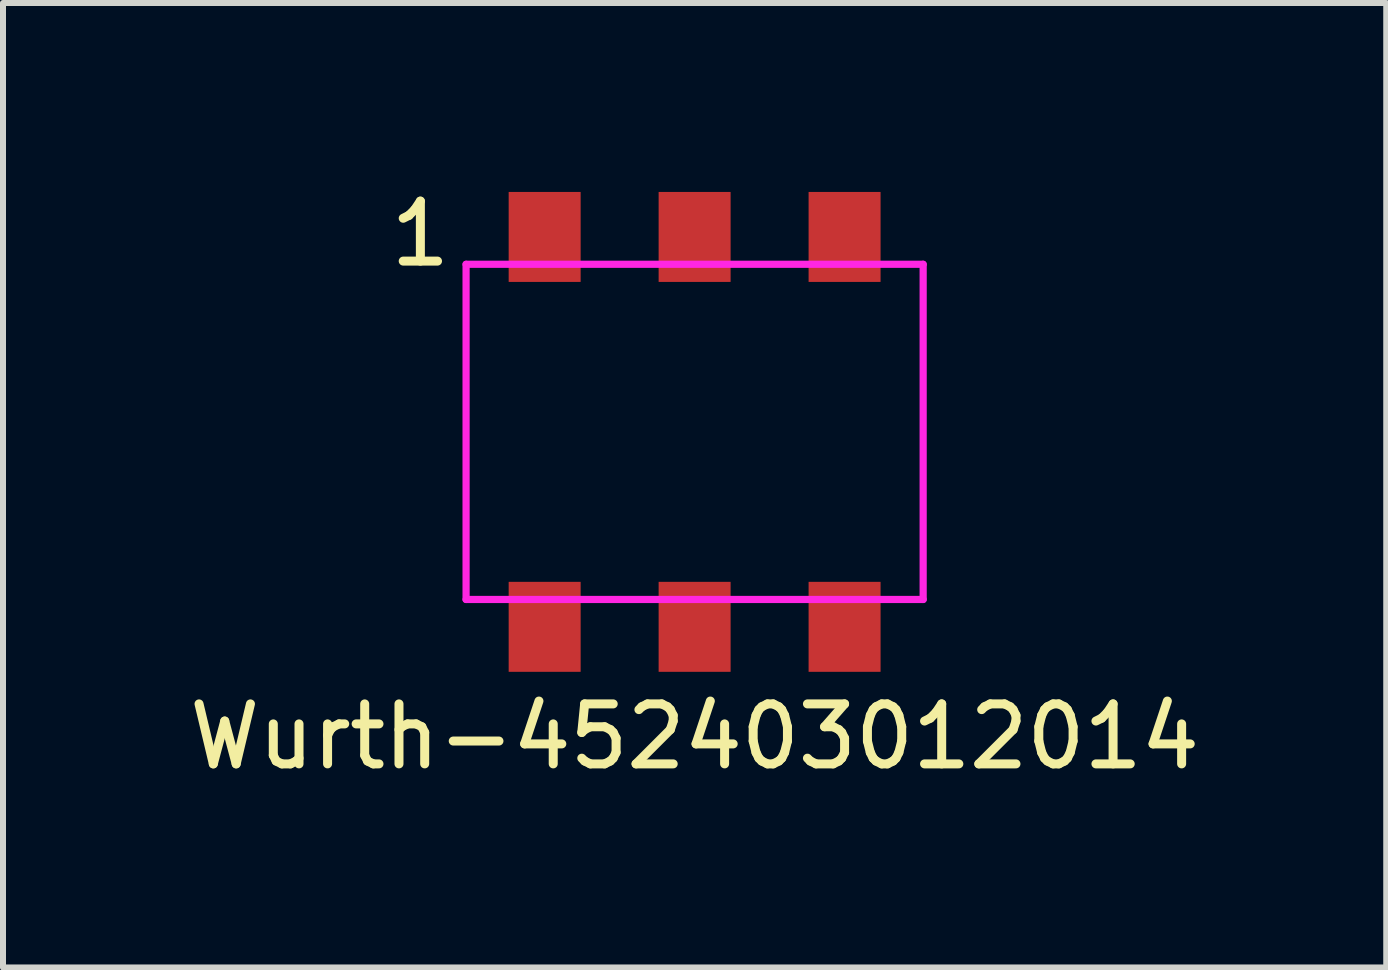
<source format=kicad_pcb>
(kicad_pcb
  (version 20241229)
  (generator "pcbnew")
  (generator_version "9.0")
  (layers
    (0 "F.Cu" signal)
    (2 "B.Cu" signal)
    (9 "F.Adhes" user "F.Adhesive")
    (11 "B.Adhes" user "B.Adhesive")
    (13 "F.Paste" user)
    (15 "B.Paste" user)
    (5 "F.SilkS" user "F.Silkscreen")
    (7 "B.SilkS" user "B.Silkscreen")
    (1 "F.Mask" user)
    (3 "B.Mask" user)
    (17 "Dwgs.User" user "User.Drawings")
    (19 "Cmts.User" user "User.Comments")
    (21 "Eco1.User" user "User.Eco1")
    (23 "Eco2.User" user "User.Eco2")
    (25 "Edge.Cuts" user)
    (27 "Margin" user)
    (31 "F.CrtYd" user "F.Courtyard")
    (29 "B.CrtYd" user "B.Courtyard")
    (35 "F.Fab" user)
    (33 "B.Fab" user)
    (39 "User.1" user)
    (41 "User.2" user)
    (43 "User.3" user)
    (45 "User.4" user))
  (footprint "Wurth-452403012014"
    (layer "F.Cu")
    (at 8.53 4.15)
    (property "Reference" "Wurth-452403012014" (at 0 5.08 0) (layer "F.SilkS") (effects (font (size 1 1) (thickness 0.15))))
    (attr through_hole)
    (fp_line (start -3.81 -2.794) (end -3.81 2.794) (stroke (width 0.12) (type solid)) (layer "F.CrtYd"))
    (fp_line (start -3.81 2.794) (end 3.81 2.794) (stroke (width 0.12) (type solid)) (layer "F.CrtYd"))
    (fp_line (start 3.81 -2.794) (end -3.81 -2.794) (stroke (width 0.12) (type solid)) (layer "F.CrtYd"))
    (fp_line (start 3.81 2.794) (end 3.81 -2.794) (stroke (width 0.12) (type solid)) (layer "F.CrtYd"))
    (fp_text user "1" (at -4.572 -3.302 0) (layer "F.SilkS") (effects (font (size 1 1) (thickness 0.15))))
    (pad "1" smd rect (at -2.5 -3.25) (size 1.2 1.5) (layers "F.Cu" "F.Mask" "F.Paste"))
    (pad "2" smd rect (at 0 -3.25) (size 1.2 1.5) (layers "F.Cu" "F.Mask" "F.Paste"))
    (pad "3" smd rect (at 2.5 -3.25) (size 1.2 1.5) (layers "F.Cu" "F.Mask" "F.Paste"))
    (pad "4" smd rect (at -2.5 3.25) (size 1.2 1.5) (layers "F.Cu" "F.Mask" "F.Paste"))
    (pad "5" smd rect (at 0 3.25) (size 1.2 1.5) (layers "F.Cu" "F.Mask" "F.Paste"))
    (pad "6" smd rect (at 2.5 3.25) (size 1.2 1.5) (layers "F.Cu" "F.Mask" "F.Paste")))
  (gr_rect
    (start -3 -3)
    (end 20.06 13.079)
    (stroke (width 0.1) (type default))
    (fill no)
    (layer "Edge.Cuts")))
</source>
